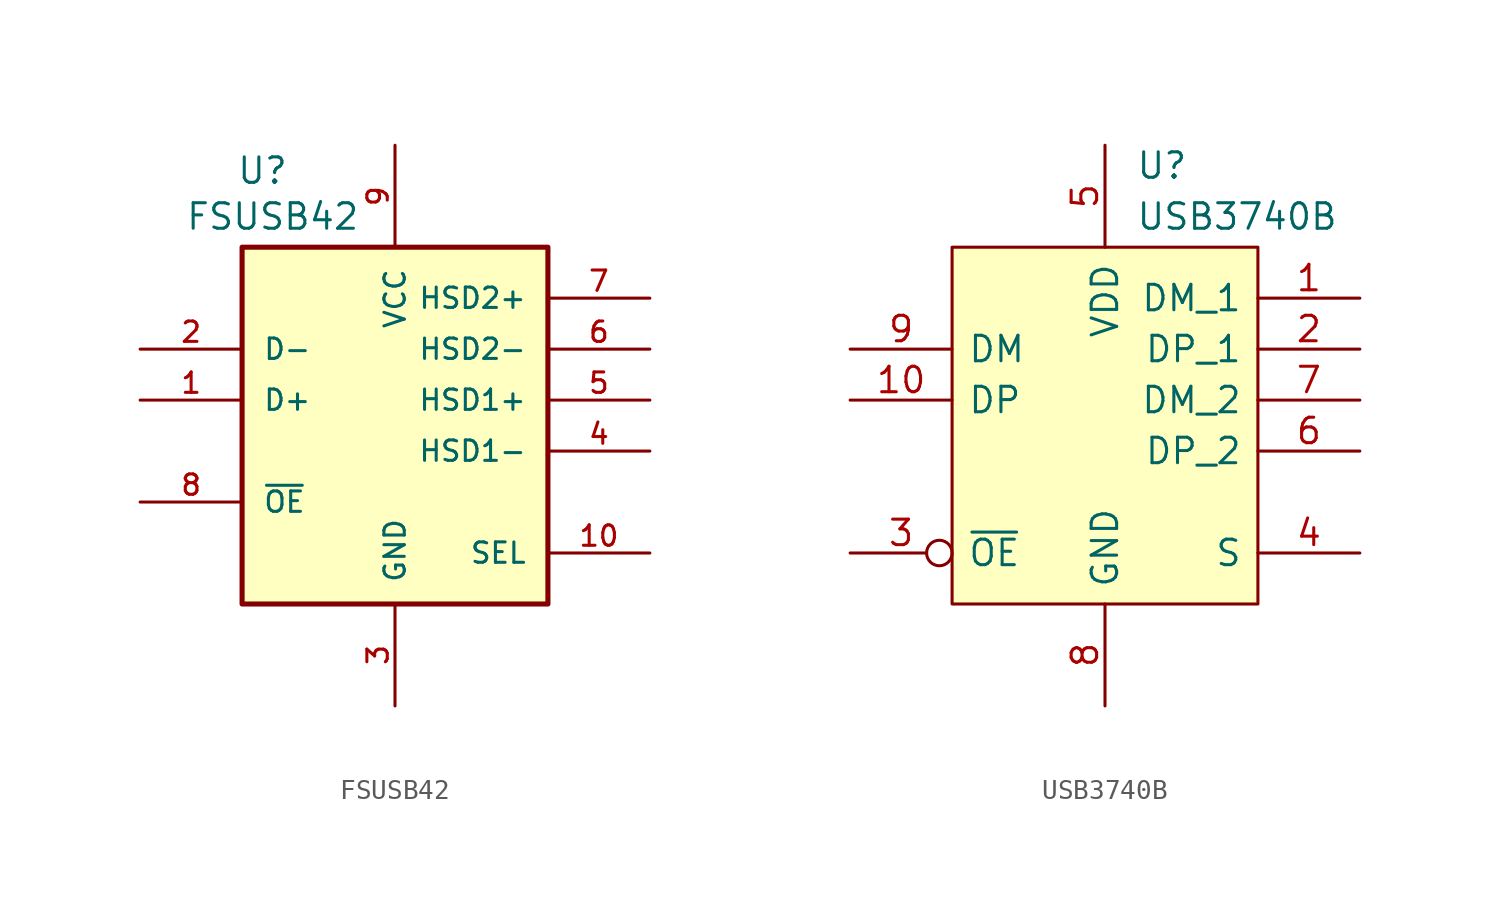
<source format=kicad_sym>
(kicad_symbol_lib
  (version 20241209)
  (generator "kicad_symbol_editor")
  (generator_version "9.0")
  (symbol "FSUSB42"
    (pin_names
      (offset 1.016))
    (property "Reference" "U"
      (at -9.144 11.43 0)
      (effects (font (size 1.27 1.27))))
    (property "Value" "FSUSB42"
      (at -8.636 9.144 0)
      (effects (font (size 1.27 1.27))))
    (symbol "FSUSB42_0_0"
      (rectangle (start -10.16 7.62) (end 5.08 -10.16) (stroke (width 0.254) (type default)) (fill (type background)))
      (pin bidirectional line (at -15.24 2.54 0) (length 5.08) (name "D-" (effects (font (size 1.016 1.016)))) (number "2" (effects (font (size 1.016 1.016)))))
      (pin bidirectional line (at -15.24 0 0) (length 5.08) (name "D+" (effects (font (size 1.016 1.016)))) (number "1" (effects (font (size 1.016 1.016)))))
      (pin input line (at -15.24 -5.08 0) (length 5.08) (name "~{OE}" (effects (font (size 1.016 1.016)))) (number "8" (effects (font (size 1.016 1.016)))))
      (pin power_in line (at -2.54 12.7 270) (length 5.08) (name "VCC" (effects (font (size 1.016 1.016)))) (number "9" (effects (font (size 1.016 1.016)))))
      (pin power_in line (at -2.54 -15.24 90) (length 5.08) (name "GND" (effects (font (size 1.016 1.016)))) (number "3" (effects (font (size 1.016 1.016)))))
      (pin input line (at 10.16 5.08 180) (length 5.08) (name "HSD2+" (effects (font (size 1.016 1.016)))) (number "7" (effects (font (size 1.016 1.016)))))
      (pin input line (at 10.16 2.54 180) (length 5.08) (name "HSD2-" (effects (font (size 1.016 1.016)))) (number "6" (effects (font (size 1.016 1.016)))))
      (pin input line (at 10.16 0 180) (length 5.08) (name "HSD1+" (effects (font (size 1.016 1.016)))) (number "5" (effects (font (size 1.016 1.016)))))
      (pin input line (at 10.16 -2.54 180) (length 5.08) (name "HSD1-" (effects (font (size 1.016 1.016)))) (number "4" (effects (font (size 1.016 1.016)))))
      (pin input line (at 10.16 -7.62 180) (length 5.08) (name "SEL" (effects (font (size 1.016 1.016)))) (number "10" (effects (font (size 1.016 1.016)))))))
  (symbol "USB3740B"
    (pin_names
      (offset 0.762))
    (property "Reference" "U"
      (at 1.524 11.684 0)
      (effects (font (size 1.27 1.27)) (justify left)))
    (property "Value" "USB3740B"
      (at 1.524 9.144 0)
      (effects (font (size 1.27 1.27)) (justify left)))
    (symbol "USB3740B_0_0"
      (pin passive line (at -12.7 2.54 0) (length 5.08) (name "DM" (effects (font (size 1.27 1.27)))) (number "9" (effects (font (size 1.27 1.27)))))
      (pin passive line (at -12.7 0 0) (length 5.08) (name "DP" (effects (font (size 1.27 1.27)))) (number "10" (effects (font (size 1.27 1.27)))))
      (pin input inverted (at -12.7 -7.62 0) (length 5.08) (name "~{OE}" (effects (font (size 1.27 1.27)))) (number "3" (effects (font (size 1.27 1.27)))))
      (pin passive line (at 0 12.7 270) (length 5.08) (name "VDD" (effects (font (size 1.27 1.27)))) (number "5" (effects (font (size 1.27 1.27)))))
      (pin passive line (at 0 -15.24 90) (length 5.08) (name "GND" (effects (font (size 1.27 1.27)))) (number "8" (effects (font (size 1.27 1.27)))))
      (pin passive line (at 12.7 5.08 180) (length 5.08) (name "DM_1" (effects (font (size 1.27 1.27)))) (number "1" (effects (font (size 1.27 1.27)))))
      (pin passive line (at 12.7 2.54 180) (length 5.08) (name "DP_1" (effects (font (size 1.27 1.27)))) (number "2" (effects (font (size 1.27 1.27)))))
      (pin passive line (at 12.7 0 180) (length 5.08) (name "DM_2" (effects (font (size 1.27 1.27)))) (number "7" (effects (font (size 1.27 1.27)))))
      (pin passive line (at 12.7 -2.54 180) (length 5.08) (name "DP_2" (effects (font (size 1.27 1.27)))) (number "6" (effects (font (size 1.27 1.27)))))
      (pin input line (at 12.7 -7.62 180) (length 5.08) (name "S" (effects (font (size 1.27 1.27)))) (number "4" (effects (font (size 1.27 1.27))))))
    (symbol "USB3740B_0_1"
      (polyline (pts (xy -7.62 7.62) (xy 7.62 7.62) (xy 7.62 -10.16) (xy -7.62 -10.16) (xy -7.62 7.62)) (stroke (width 0.152) (type default)) (fill (type background))))))
</source>
